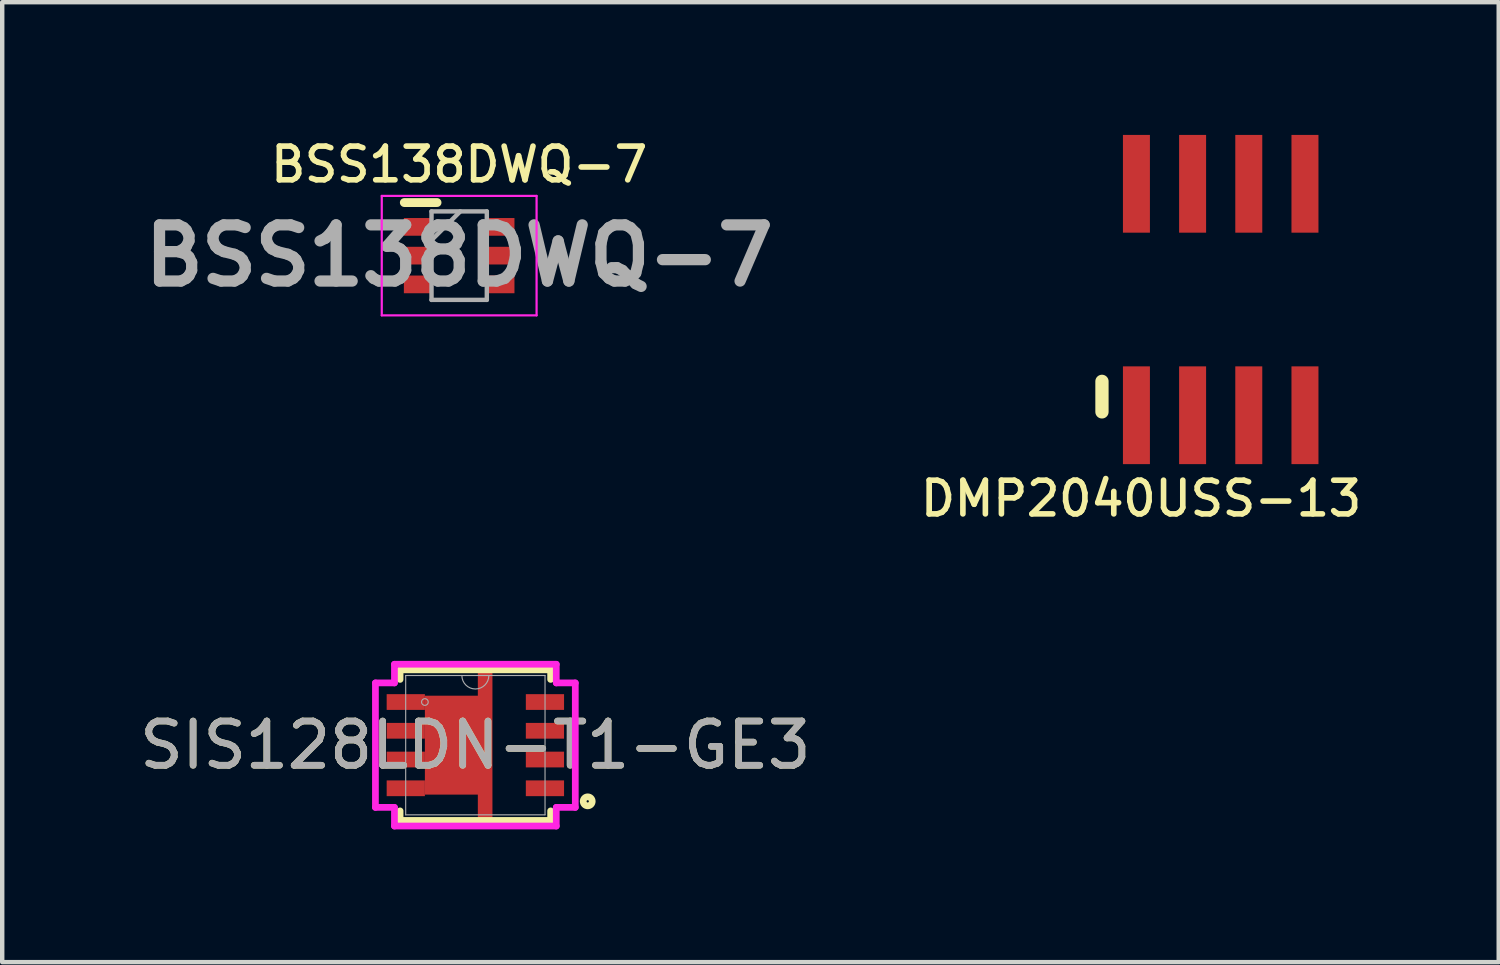
<source format=kicad_pcb>
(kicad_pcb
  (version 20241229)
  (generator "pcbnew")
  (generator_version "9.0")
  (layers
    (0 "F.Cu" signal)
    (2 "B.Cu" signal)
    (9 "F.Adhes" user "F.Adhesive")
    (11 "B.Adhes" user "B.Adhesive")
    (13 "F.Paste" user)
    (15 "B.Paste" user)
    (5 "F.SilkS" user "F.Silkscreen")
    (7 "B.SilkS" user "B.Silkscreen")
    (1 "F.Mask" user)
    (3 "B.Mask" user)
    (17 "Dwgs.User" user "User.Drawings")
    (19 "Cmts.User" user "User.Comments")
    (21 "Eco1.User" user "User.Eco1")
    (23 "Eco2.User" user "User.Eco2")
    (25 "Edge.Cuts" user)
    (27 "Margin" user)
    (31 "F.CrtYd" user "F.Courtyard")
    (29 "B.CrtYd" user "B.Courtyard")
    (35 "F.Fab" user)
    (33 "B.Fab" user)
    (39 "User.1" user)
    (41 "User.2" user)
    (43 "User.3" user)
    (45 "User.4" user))
  (footprint "SIS128LDN-T1-GE3"
    (layer "F.Cu")
    (at 7.696 13.795)
    (property "Reference" "SIS128LDN-T1-GE3" (at 0 0 0) (unlocked yes) (layer "F.SilkS") (effects (font (size 1 1) (thickness 0.15))))
    (attr smd)
    (fp_poly (pts (xy -1.141 -1.118) (xy 0.056 -1.118) (xy 0.056 -1.702) (xy 0.386 -1.702) (xy 0.386 1.702) (xy 0.056 1.702) (xy 0.056 1.118) (xy -1.141 1.118)) (stroke (width 0) (type solid)) (fill yes) (layer "F.Cu"))
    (fp_poly (pts (xy -1.141 -1.118) (xy 0.056 -1.118) (xy 0.056 -1.702) (xy 0.386 -1.702) (xy 0.386 1.702) (xy 0.056 1.702) (xy 0.056 1.118) (xy -1.141 1.118)) (stroke (width 0) (type solid)) (fill yes) (layer "F.Mask"))
    (fp_line (start -1.702 -1.702) (end -1.702 -1.486) (stroke (width 0.152) (type solid)) (layer "F.SilkS"))
    (fp_line (start -1.702 1.486) (end -1.702 1.702) (stroke (width 0.152) (type solid)) (layer "F.SilkS"))
    (fp_line (start -1.702 1.702) (end 1.702 1.702) (stroke (width 0.152) (type solid)) (layer "F.SilkS"))
    (fp_line (start 1.702 -1.702) (end -1.702 -1.702) (stroke (width 0.152) (type solid)) (layer "F.SilkS"))
    (fp_line (start 1.702 -1.486) (end 1.702 -1.702) (stroke (width 0.152) (type solid)) (layer "F.SilkS"))
    (fp_line (start 1.702 1.702) (end 1.702 1.486) (stroke (width 0.152) (type solid)) (layer "F.SilkS"))
    (fp_circle (center 2.54 1.27) (end 2.642 1.27) (stroke (width 0.152) (type solid)) (fill no) (layer "F.SilkS"))
    (fp_poly (pts (xy -1.141 -1.118) (xy 0.056 -1.118) (xy 0.056 -1.702) (xy 0.386 -1.702) (xy 0.386 1.702) (xy 0.056 1.702) (xy 0.056 1.118) (xy -1.141 1.118)) (stroke (width 0) (type solid)) (fill yes) (layer "F.Paste"))
    (fp_line (start -2.259 -1.407) (end -1.829 -1.407) (stroke (width 0.152) (type solid)) (layer "F.CrtYd"))
    (fp_line (start -2.259 1.407) (end -2.259 -1.407) (stroke (width 0.152) (type solid)) (layer "F.CrtYd"))
    (fp_line (start -2.259 1.407) (end -1.829 1.407) (stroke (width 0.152) (type solid)) (layer "F.CrtYd"))
    (fp_line (start -1.829 -1.829) (end 1.829 -1.829) (stroke (width 0.152) (type solid)) (layer "F.CrtYd"))
    (fp_line (start -1.829 -1.407) (end -1.829 -1.829) (stroke (width 0.152) (type solid)) (layer "F.CrtYd"))
    (fp_line (start -1.829 1.829) (end -1.829 1.407) (stroke (width 0.152) (type solid)) (layer "F.CrtYd"))
    (fp_line (start 1.829 -1.829) (end 1.829 -1.407) (stroke (width 0.152) (type solid)) (layer "F.CrtYd"))
    (fp_line (start 1.829 1.407) (end 1.829 1.829) (stroke (width 0.152) (type solid)) (layer "F.CrtYd"))
    (fp_line (start 1.829 1.829) (end -1.829 1.829) (stroke (width 0.152) (type solid)) (layer "F.CrtYd"))
    (fp_line (start 2.259 -1.407) (end 1.829 -1.407) (stroke (width 0.152) (type solid)) (layer "F.CrtYd"))
    (fp_line (start 2.259 -1.407) (end 2.259 1.407) (stroke (width 0.152) (type solid)) (layer "F.CrtYd"))
    (fp_line (start 2.259 1.407) (end 1.829 1.407) (stroke (width 0.152) (type solid)) (layer "F.CrtYd"))
    (fp_line (start -1.575 -1.575) (end -1.575 1.575) (stroke (width 0.025) (type solid)) (layer "F.Fab"))
    (fp_line (start -1.575 1.575) (end 1.575 1.575) (stroke (width 0.025) (type solid)) (layer "F.Fab"))
    (fp_line (start 1.575 -1.575) (end -1.575 -1.575) (stroke (width 0.025) (type solid)) (layer "F.Fab"))
    (fp_line (start 1.575 1.575) (end 1.575 -1.575) (stroke (width 0.025) (type solid)) (layer "F.Fab"))
    (fp_arc (start 0.3048 -1.5748) (mid 0 -1.27) (end -0.3048 -1.5748) (stroke (width 0.0254) (type solid)) (layer "F.Fab"))
    (fp_circle (center -1.141 -0.975) (end -1.065 -0.975) (stroke (width 0.025) (type solid)) (fill no) (layer "F.Fab"))
    (fp_text user "${REFERENCE}" (at 0 0 0) (unlocked yes) (layer "F.Fab") (effects (font (size 1 1) (thickness 0.15))))
    (pad "1" smd rect (at 1.573 0.975) (size 0.864 0.356) (layers "F.Cu" "F.Mask" "F.Paste"))
    (pad "2" smd rect (at 1.573 0.325) (size 0.864 0.356) (layers "F.Cu" "F.Mask" "F.Paste"))
    (pad "3" smd rect (at 1.573 -0.325) (size 0.864 0.356) (layers "F.Cu" "F.Mask" "F.Paste"))
    (pad "4" smd rect (at 1.573 -0.975) (size 0.864 0.356) (layers "F.Cu" "F.Mask" "F.Paste"))
    (pad "5" smd rect (at -1.573 -0.975) (size 0.864 0.356) (layers "F.Cu" "F.Mask" "F.Paste"))
    (pad "5" smd rect (at -1.573 -0.325) (size 0.864 0.356) (layers "F.Cu" "F.Mask" "F.Paste"))
    (pad "5" smd rect (at -1.573 0.325) (size 0.864 0.356) (layers "F.Cu" "F.Mask" "F.Paste"))
    (pad "5" smd rect (at -1.573 0.975) (size 0.864 0.356) (layers "F.Cu" "F.Mask" "F.Paste")))
  (footprint "BSS138DWQ-7"
    (layer "F.Cu")
    (at 7.33 2.729)
    (property "Reference" "BSS138DWQ-7" (at 0 -2.06 0) (layer "F.SilkS") (effects (font (size 0.762 0.762) (thickness 0.127))))
    (attr smd)
    (fp_line (start -1.24 -1.2) (end -0.5 -1.2) (stroke (width 0.2) (type solid)) (layer "F.SilkS"))
    (fp_line (start -1.75 -1.35) (end 1.75 -1.35) (stroke (width 0.05) (type solid)) (layer "F.CrtYd"))
    (fp_line (start -1.75 1.35) (end -1.75 -1.35) (stroke (width 0.05) (type solid)) (layer "F.CrtYd"))
    (fp_line (start 1.75 -1.35) (end 1.75 1.35) (stroke (width 0.05) (type solid)) (layer "F.CrtYd"))
    (fp_line (start 1.75 1.35) (end -1.75 1.35) (stroke (width 0.05) (type solid)) (layer "F.CrtYd"))
    (fp_line (start -0.625 -1) (end 0.625 -1) (stroke (width 0.1) (type solid)) (layer "F.Fab"))
    (fp_line (start -0.625 -0.35) (end 0.025 -1) (stroke (width 0.1) (type solid)) (layer "F.Fab"))
    (fp_line (start -0.625 1) (end -0.625 -1) (stroke (width 0.1) (type solid)) (layer "F.Fab"))
    (fp_line (start 0.625 -1) (end 0.625 1) (stroke (width 0.1) (type solid)) (layer "F.Fab"))
    (fp_line (start 0.625 1) (end -0.625 1) (stroke (width 0.1) (type solid)) (layer "F.Fab"))
    (fp_text user "${REFERENCE}" (at 0 0 0) (layer "F.Fab") (effects (font (size 1.27 1.27) (thickness 0.254))))
    (pad "1" smd rect (at -0.95 -0.65 90) (size 0.4 0.6) (layers "F.Cu" "F.Mask" "F.Paste"))
    (pad "2" smd rect (at -0.95 0 90) (size 0.4 0.6) (layers "F.Cu" "F.Mask" "F.Paste"))
    (pad "3" smd rect (at -0.95 0.65 90) (size 0.4 0.6) (layers "F.Cu" "F.Mask" "F.Paste"))
    (pad "4" smd rect (at 0.95 0.65 90) (size 0.4 0.6) (layers "F.Cu" "F.Mask" "F.Paste"))
    (pad "5" smd rect (at 0.95 0 90) (size 0.4 0.6) (layers "F.Cu" "F.Mask" "F.Paste"))
    (pad "6" smd rect (at 0.95 -0.65 90) (size 0.4 0.6) (layers "F.Cu" "F.Mask" "F.Paste")))
  (footprint "DMP2040USS-13"
    (layer "F.Cu")
    (at 24.545 3.721)
    (property "Reference" "DMP2040USS-13" (at -1.8 4.5 180) (layer "F.SilkS") (effects (font (size 0.762 0.762) (thickness 0.127) (bold yes))))
    (attr smd)
    (fp_line (start -2.684 1.85) (end -2.684 2.54) (stroke (width 0.3) (type solid)) (layer "F.SilkS"))
    (fp_poly (pts (xy -2.087 1.854) (xy -1.727 1.854) (xy -1.727 2.876) (xy -2.087 2.876)) (stroke (width 0.1) (type solid)) (fill no) (layer "Eco2.User"))
    (fp_poly (pts (xy -2.084 -2.87) (xy -1.727 -2.87) (xy -1.727 -1.855) (xy -2.084 -1.855)) (stroke (width 0.1) (type solid)) (fill no) (layer "Eco2.User"))
    (fp_poly (pts (xy -0.813 -2.87) (xy -0.457 -2.87) (xy -0.457 -1.855) (xy -0.813 -1.855)) (stroke (width 0.1) (type solid)) (fill no) (layer "Eco2.User"))
    (fp_poly (pts (xy -0.813 1.854) (xy -0.457 1.854) (xy -0.457 2.872) (xy -0.813 2.872)) (stroke (width 0.1) (type solid)) (fill no) (layer "Eco2.User"))
    (fp_poly (pts (xy 0.457 -2.87) (xy 0.813 -2.87) (xy 0.813 -1.855) (xy 0.457 -1.855)) (stroke (width 0.1) (type solid)) (fill no) (layer "Eco2.User"))
    (fp_poly (pts (xy 0.458 1.854) (xy 0.813 1.854) (xy 0.813 2.872) (xy 0.458 2.872)) (stroke (width 0.1) (type solid)) (fill no) (layer "Eco2.User"))
    (fp_poly (pts (xy 1.728 1.854) (xy 2.083 1.854) (xy 2.083 2.871) (xy 1.728 2.871)) (stroke (width 0.1) (type solid)) (fill no) (layer "Eco2.User"))
    (fp_poly (pts (xy 1.73 -2.87) (xy 2.083 -2.87) (xy 2.083 -1.857) (xy 1.73 -1.857)) (stroke (width 0.1) (type solid)) (fill no) (layer "Eco2.User"))
    (pad "1" smd rect (at -1.905 2.616) (size 0.61 2.21) (layers "F.Cu" "F.Mask" "F.Paste"))
    (pad "2" smd rect (at -0.635 2.616) (size 0.61 2.21) (layers "F.Cu" "F.Mask" "F.Paste"))
    (pad "3" smd rect (at 0.635 2.616) (size 0.61 2.21) (layers "F.Cu" "F.Mask" "F.Paste"))
    (pad "4" smd rect (at 1.905 2.616) (size 0.61 2.21) (layers "F.Cu" "F.Mask" "F.Paste"))
    (pad "5" smd rect (at 1.905 -2.616) (size 0.61 2.21) (layers "F.Cu" "F.Mask" "F.Paste"))
    (pad "6" smd rect (at 0.635 -2.616) (size 0.61 2.21) (layers "F.Cu" "F.Mask" "F.Paste"))
    (pad "7" smd rect (at -0.635 -2.616) (size 0.61 2.21) (layers "F.Cu" "F.Mask" "F.Paste"))
    (pad "8" smd rect (at -1.905 -2.616) (size 0.61 2.21) (layers "F.Cu" "F.Mask" "F.Paste")))
  (gr_rect
    (start -3 -3)
    (end 30.83 18.7)
    (stroke (width 0.1) (type default))
    (fill no)
    (layer "Edge.Cuts")))
</source>
